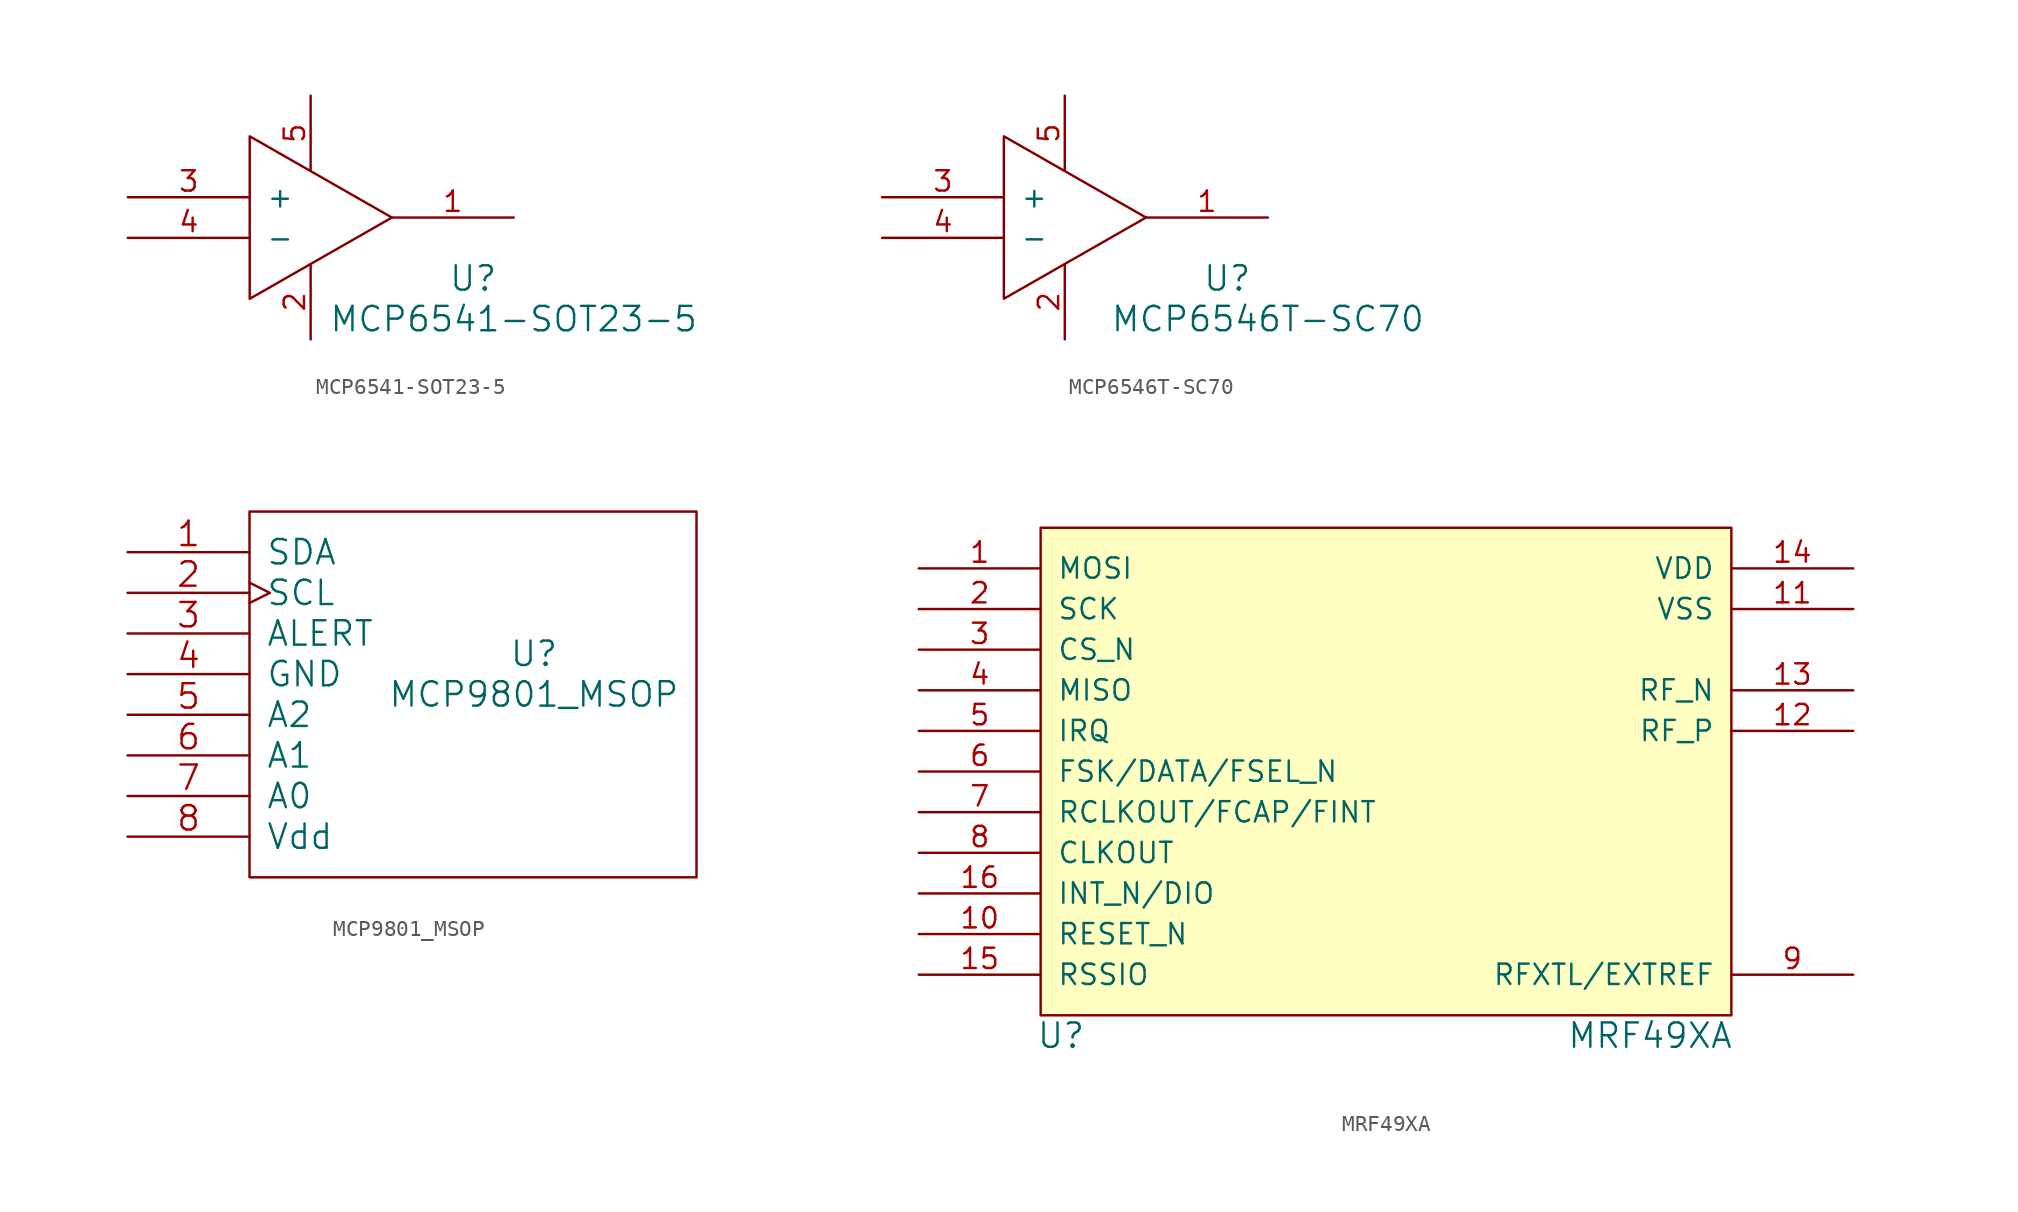
<source format=kicad_sym>
(kicad_symbol_lib
  (version 20211014)
  (generator kicad_symbol_editor)
  (symbol "MCP6541-SOT23-5"
    (pin_names
      (offset 1.016))
    (property "Reference" "U"
      (at 13.97 -3.81 0)
      (effects (font (size 1.524 1.524))))
    (property "Value" "MCP6541-SOT23-5"
      (at 16.51 -6.35 0)
      (effects (font (size 1.524 1.524))))
    (symbol "MCP6541-SOT23-5_0_1"
      (polyline (pts (xy 0 5.08) (xy 8.89 0) (xy 0 -5.08) (xy 0 5.08)) (stroke (width 0) (type default) (color 0 0 0 0)) (fill (type none))))
    (symbol "MCP6541-SOT23-5_1_1"
      (pin output line (at 16.51 0 180) (length 7.62) (name "~" (effects (font (size 1.27 1.27)))) (number "1" (effects (font (size 1.27 1.27)))))
      (pin power_in line (at 3.81 -7.62 90) (length 4.699) (name "~" (effects (font (size 1.27 1.27)))) (number "2" (effects (font (size 1.27 1.27)))))
      (pin input line (at -7.62 1.27 0) (length 7.62) (name "+" (effects (font (size 1.27 1.27)))) (number "3" (effects (font (size 1.27 1.27)))))
      (pin input line (at -7.62 -1.27 0) (length 7.62) (name "-" (effects (font (size 1.27 1.27)))) (number "4" (effects (font (size 1.27 1.27)))))
      (pin power_in line (at 3.81 7.62 270) (length 4.699) (name "~" (effects (font (size 1.27 1.27)))) (number "5" (effects (font (size 1.27 1.27)))))))
  (symbol "MCP6546T-SC70"
    (pin_names
      (offset 1.016))
    (property "Reference" "U"
      (at 13.97 -3.81 0)
      (effects (font (size 1.524 1.524))))
    (property "Value" "MCP6546T-SC70"
      (at 16.51 -6.35 0)
      (effects (font (size 1.524 1.524))))
    (symbol "MCP6546T-SC70_0_1"
      (polyline (pts (xy 0 5.08) (xy 8.89 0) (xy 0 -5.08) (xy 0 5.08)) (stroke (width 0) (type default) (color 0 0 0 0)) (fill (type none))))
    (symbol "MCP6546T-SC70_1_1"
      (pin output line (at 16.51 0 180) (length 7.62) (name "~" (effects (font (size 1.27 1.27)))) (number "1" (effects (font (size 1.27 1.27)))))
      (pin power_in line (at 3.81 -7.62 90) (length 4.699) (name "~" (effects (font (size 1.27 1.27)))) (number "2" (effects (font (size 1.27 1.27)))))
      (pin input line (at -7.62 1.27 0) (length 7.62) (name "+" (effects (font (size 1.27 1.27)))) (number "3" (effects (font (size 1.27 1.27)))))
      (pin input line (at -7.62 -1.27 0) (length 7.62) (name "-" (effects (font (size 1.27 1.27)))) (number "4" (effects (font (size 1.27 1.27)))))
      (pin power_in line (at 3.81 7.62 270) (length 4.699) (name "~" (effects (font (size 1.27 1.27)))) (number "5" (effects (font (size 1.27 1.27)))))))
  (symbol "MCP9801_MSOP"
    (pin_names
      (offset 1.016))
    (property "Reference" "U"
      (at 2.54 2.54 0)
      (effects (font (size 1.524 1.524))))
    (property "Value" "MCP9801_MSOP"
      (at 2.54 0 0)
      (effects (font (size 1.524 1.524))))
    (symbol "MCP9801_MSOP_0_1"
      (rectangle (start -15.24 11.43) (end 12.7 -11.43) (stroke (width 0) (type default) (color 0 0 0 0)) (fill (type none))))
    (symbol "MCP9801_MSOP_1_1"
      (pin bidirectional line (at -22.86 8.89 0) (length 7.62) (name "SDA" (effects (font (size 1.524 1.524)))) (number "1" (effects (font (size 1.524 1.524)))))
      (pin input clock (at -22.86 6.35 0) (length 7.62) (name "SCL" (effects (font (size 1.524 1.524)))) (number "2" (effects (font (size 1.524 1.524)))))
      (pin output line (at -22.86 3.81 0) (length 7.62) (name "ALERT" (effects (font (size 1.524 1.524)))) (number "3" (effects (font (size 1.524 1.524)))))
      (pin power_in line (at -22.86 1.27 0) (length 7.62) (name "GND" (effects (font (size 1.524 1.524)))) (number "4" (effects (font (size 1.524 1.524)))))
      (pin input line (at -22.86 -1.27 0) (length 7.62) (name "A2" (effects (font (size 1.524 1.524)))) (number "5" (effects (font (size 1.524 1.524)))))
      (pin input line (at -22.86 -3.81 0) (length 7.62) (name "A1" (effects (font (size 1.524 1.524)))) (number "6" (effects (font (size 1.524 1.524)))))
      (pin input line (at -22.86 -6.35 0) (length 7.62) (name "A0" (effects (font (size 1.524 1.524)))) (number "7" (effects (font (size 1.524 1.524)))))
      (pin power_in line (at -22.86 -8.89 0) (length 7.62) (name "Vdd" (effects (font (size 1.524 1.524)))) (number "8" (effects (font (size 1.524 1.524)))))))
  (symbol "MRF49XA"
    (pin_names
      (offset 1.016))
    (property "Reference" "U"
      (at -21.59 -15.24 0)
      (effects (font (size 1.524 1.524))))
    (property "Value" "MRF49XA"
      (at 15.24 -15.24 0)
      (effects (font (size 1.524 1.524))))
    (symbol "MRF49XA_0_1"
      (rectangle (start -22.86 16.51) (end 20.32 -13.97) (stroke (width 0) (type default) (color 0 0 0 0)) (fill (type background))))
    (symbol "MRF49XA_1_1"
      (pin input line (at -30.48 13.97 0) (length 7.62) (name "MOSI" (effects (font (size 1.27 1.27)))) (number "1" (effects (font (size 1.27 1.27)))))
      (pin bidirectional line (at -30.48 -8.89 0) (length 7.62) (name "RESET_N" (effects (font (size 1.27 1.27)))) (number "10" (effects (font (size 1.27 1.27)))))
      (pin power_in line (at 27.94 11.43 180) (length 7.62) (name "VSS" (effects (font (size 1.27 1.27)))) (number "11" (effects (font (size 1.27 1.27)))))
      (pin bidirectional line (at 27.94 3.81 180) (length 7.62) (name "RF_P" (effects (font (size 1.27 1.27)))) (number "12" (effects (font (size 1.27 1.27)))))
      (pin bidirectional line (at 27.94 6.35 180) (length 7.62) (name "RF_N" (effects (font (size 1.27 1.27)))) (number "13" (effects (font (size 1.27 1.27)))))
      (pin power_in line (at 27.94 13.97 180) (length 7.62) (name "VDD" (effects (font (size 1.27 1.27)))) (number "14" (effects (font (size 1.27 1.27)))))
      (pin output line (at -30.48 -11.43 0) (length 7.62) (name "RSSIO" (effects (font (size 1.27 1.27)))) (number "15" (effects (font (size 1.27 1.27)))))
      (pin bidirectional line (at -30.48 -6.35 0) (length 7.62) (name "INT_N/DIO" (effects (font (size 1.27 1.27)))) (number "16" (effects (font (size 1.27 1.27)))))
      (pin input line (at -30.48 11.43 0) (length 7.62) (name "SCK" (effects (font (size 1.27 1.27)))) (number "2" (effects (font (size 1.27 1.27)))))
      (pin input line (at -30.48 8.89 0) (length 7.62) (name "CS_N" (effects (font (size 1.27 1.27)))) (number "3" (effects (font (size 1.27 1.27)))))
      (pin output line (at -30.48 6.35 0) (length 7.62) (name "MISO" (effects (font (size 1.27 1.27)))) (number "4" (effects (font (size 1.27 1.27)))))
      (pin output line (at -30.48 3.81 0) (length 7.62) (name "IRQ" (effects (font (size 1.27 1.27)))) (number "5" (effects (font (size 1.27 1.27)))))
      (pin bidirectional line (at -30.48 1.27 0) (length 7.62) (name "FSK/DATA/FSEL_N" (effects (font (size 1.27 1.27)))) (number "6" (effects (font (size 1.27 1.27)))))
      (pin bidirectional line (at -30.48 -1.27 0) (length 7.62) (name "RCLKOUT/FCAP/FINT" (effects (font (size 1.27 1.27)))) (number "7" (effects (font (size 1.27 1.27)))))
      (pin output line (at -30.48 -3.81 0) (length 7.62) (name "CLKOUT" (effects (font (size 1.27 1.27)))) (number "8" (effects (font (size 1.27 1.27)))))
      (pin input line (at 27.94 -11.43 180) (length 7.62) (name "RFXTL/EXTREF" (effects (font (size 1.27 1.27)))) (number "9" (effects (font (size 1.27 1.27))))))))
</source>
